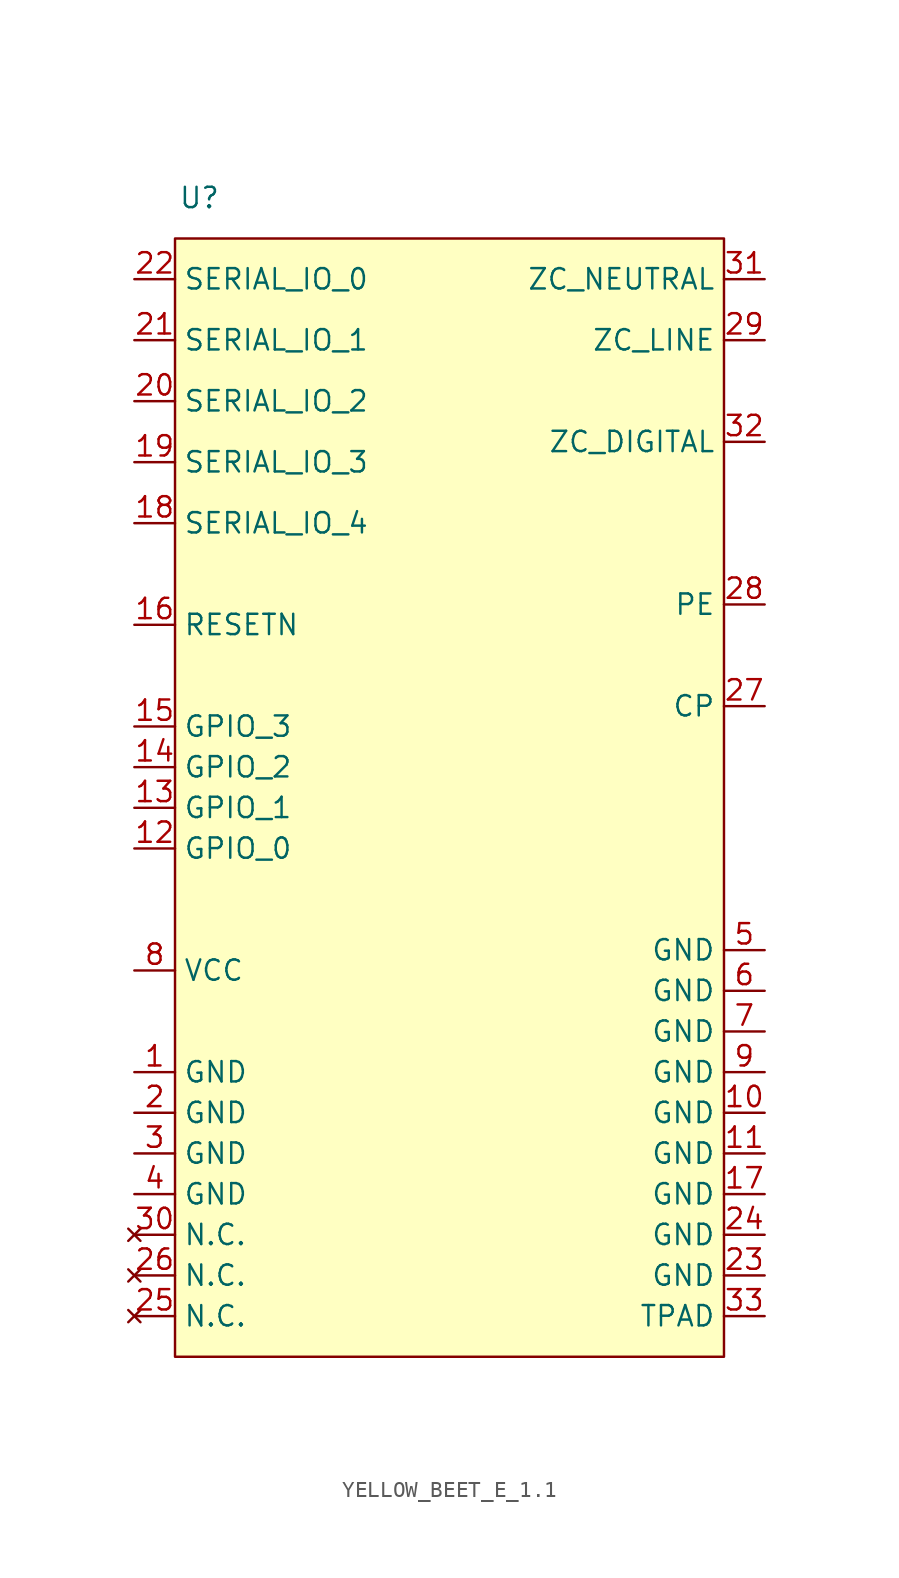
<source format=kicad_sym>
(kicad_symbol_lib
  (version 20231120)
  (generator "kicad_symbol_editor")
  (generator_version "8.0")
  (symbol "YELLOW_BEET_E_1.1"
    (property "Reference" "U"
      (at 1.524 2.54 0)
      (effects (font (size 1.27 1.27))))
    (property "Value" ""
      (at 0 0 0)
      (effects (font (size 1.27 1.27))))
    (symbol "YELLOW_BEET_E_1.1_1_1"
      (rectangle (start 0 0) (end 34.29 -69.85) (stroke (width 0) (type default)) (fill (type background)))
      (pin power_in line (at -2.54 -52.07 0) (length 2.54) (name "GND" (effects (font (size 1.27 1.27)))) (number "1" (effects (font (size 1.27 1.27)))))
      (pin power_in line (at 36.83 -54.61 180) (length 2.54) (name "GND" (effects (font (size 1.27 1.27)))) (number "10" (effects (font (size 1.27 1.27)))))
      (pin power_in line (at 36.83 -57.15 180) (length 2.54) (name "GND" (effects (font (size 1.27 1.27)))) (number "11" (effects (font (size 1.27 1.27)))))
      (pin bidirectional line (at -2.54 -38.1 0) (length 2.54) (name "GPIO_0" (effects (font (size 1.27 1.27)))) (number "12" (effects (font (size 1.27 1.27)))))
      (pin bidirectional line (at -2.54 -35.56 0) (length 2.54) (name "GPIO_1" (effects (font (size 1.27 1.27)))) (number "13" (effects (font (size 1.27 1.27)))))
      (pin bidirectional line (at -2.54 -33.02 0) (length 2.54) (name "GPIO_2" (effects (font (size 1.27 1.27)))) (number "14" (effects (font (size 1.27 1.27)))))
      (pin bidirectional line (at -2.54 -30.48 0) (length 2.54) (name "GPIO_3" (effects (font (size 1.27 1.27)))) (number "15" (effects (font (size 1.27 1.27)))))
      (pin input line (at -2.54 -24.13 0) (length 2.54) (name "RESETN" (effects (font (size 1.27 1.27)))) (number "16" (effects (font (size 1.27 1.27)))))
      (pin power_in line (at 36.83 -59.69 180) (length 2.54) (name "GND" (effects (font (size 1.27 1.27)))) (number "17" (effects (font (size 1.27 1.27)))))
      (pin input line (at -2.54 -17.78 0) (length 2.54) (name "SERIAL_IO_4" (effects (font (size 1.27 1.27)))) (number "18" (effects (font (size 1.27 1.27)))))
      (pin output line (at -2.54 -13.97 0) (length 2.54) (name "SERIAL_IO_3" (effects (font (size 1.27 1.27)))) (number "19" (effects (font (size 1.27 1.27)))))
      (pin power_in line (at -2.54 -54.61 0) (length 2.54) (name "GND" (effects (font (size 1.27 1.27)))) (number "2" (effects (font (size 1.27 1.27)))))
      (pin input line (at -2.54 -10.16 0) (length 2.54) (name "SERIAL_IO_2" (effects (font (size 1.27 1.27)))) (number "20" (effects (font (size 1.27 1.27)))))
      (pin input line (at -2.54 -6.35 0) (length 2.54) (name "SERIAL_IO_1" (effects (font (size 1.27 1.27)))) (number "21" (effects (font (size 1.27 1.27)))))
      (pin output line (at -2.54 -2.54 0) (length 2.54) (name "SERIAL_IO_0" (effects (font (size 1.27 1.27)))) (number "22" (effects (font (size 1.27 1.27)))))
      (pin power_in line (at 36.83 -64.77 180) (length 2.54) (name "GND" (effects (font (size 1.27 1.27)))) (number "23" (effects (font (size 1.27 1.27)))))
      (pin power_in line (at 36.83 -62.23 180) (length 2.54) (name "GND" (effects (font (size 1.27 1.27)))) (number "24" (effects (font (size 1.27 1.27)))))
      (pin no_connect line (at -2.54 -67.31 0) (length 2.54) (name "N.C." (effects (font (size 1.27 1.27)))) (number "25" (effects (font (size 1.27 1.27)))))
      (pin no_connect line (at -2.54 -64.77 0) (length 2.54) (name "N.C." (effects (font (size 1.27 1.27)))) (number "26" (effects (font (size 1.27 1.27)))))
      (pin bidirectional line (at 36.83 -29.21 180) (length 2.54) (name "CP" (effects (font (size 1.27 1.27)))) (number "27" (effects (font (size 1.27 1.27)))))
      (pin power_in line (at 36.83 -22.86 180) (length 2.54) (name "PE" (effects (font (size 1.27 1.27)))) (number "28" (effects (font (size 1.27 1.27)))))
      (pin bidirectional line (at 36.83 -6.35 180) (length 2.54) (name "ZC_LINE" (effects (font (size 1.27 1.27)))) (number "29" (effects (font (size 1.27 1.27)))))
      (pin power_in line (at -2.54 -57.15 0) (length 2.54) (name "GND" (effects (font (size 1.27 1.27)))) (number "3" (effects (font (size 1.27 1.27)))))
      (pin no_connect line (at -2.54 -62.23 0) (length 2.54) (name "N.C." (effects (font (size 1.27 1.27)))) (number "30" (effects (font (size 1.27 1.27)))))
      (pin bidirectional line (at 36.83 -2.54 180) (length 2.54) (name "ZC_NEUTRAL" (effects (font (size 1.27 1.27)))) (number "31" (effects (font (size 1.27 1.27)))))
      (pin bidirectional line (at 36.83 -12.7 180) (length 2.54) (name "ZC_DIGITAL" (effects (font (size 1.27 1.27)))) (number "32" (effects (font (size 1.27 1.27)))))
      (pin power_in line (at 36.83 -67.31 180) (length 2.54) (name "TPAD" (effects (font (size 1.27 1.27)))) (number "33" (effects (font (size 1.27 1.27)))))
      (pin power_in line (at -2.54 -59.69 0) (length 2.54) (name "GND" (effects (font (size 1.27 1.27)))) (number "4" (effects (font (size 1.27 1.27)))))
      (pin power_in line (at 36.83 -44.45 180) (length 2.54) (name "GND" (effects (font (size 1.27 1.27)))) (number "5" (effects (font (size 1.27 1.27)))))
      (pin power_in line (at 36.83 -46.99 180) (length 2.54) (name "GND" (effects (font (size 1.27 1.27)))) (number "6" (effects (font (size 1.27 1.27)))))
      (pin power_in line (at 36.83 -49.53 180) (length 2.54) (name "GND" (effects (font (size 1.27 1.27)))) (number "7" (effects (font (size 1.27 1.27)))))
      (pin power_in line (at -2.54 -45.72 0) (length 2.54) (name "VCC" (effects (font (size 1.27 1.27)))) (number "8" (effects (font (size 1.27 1.27)))))
      (pin power_in line (at 36.83 -52.07 180) (length 2.54) (name "GND" (effects (font (size 1.27 1.27)))) (number "9" (effects (font (size 1.27 1.27))))))))
</source>
